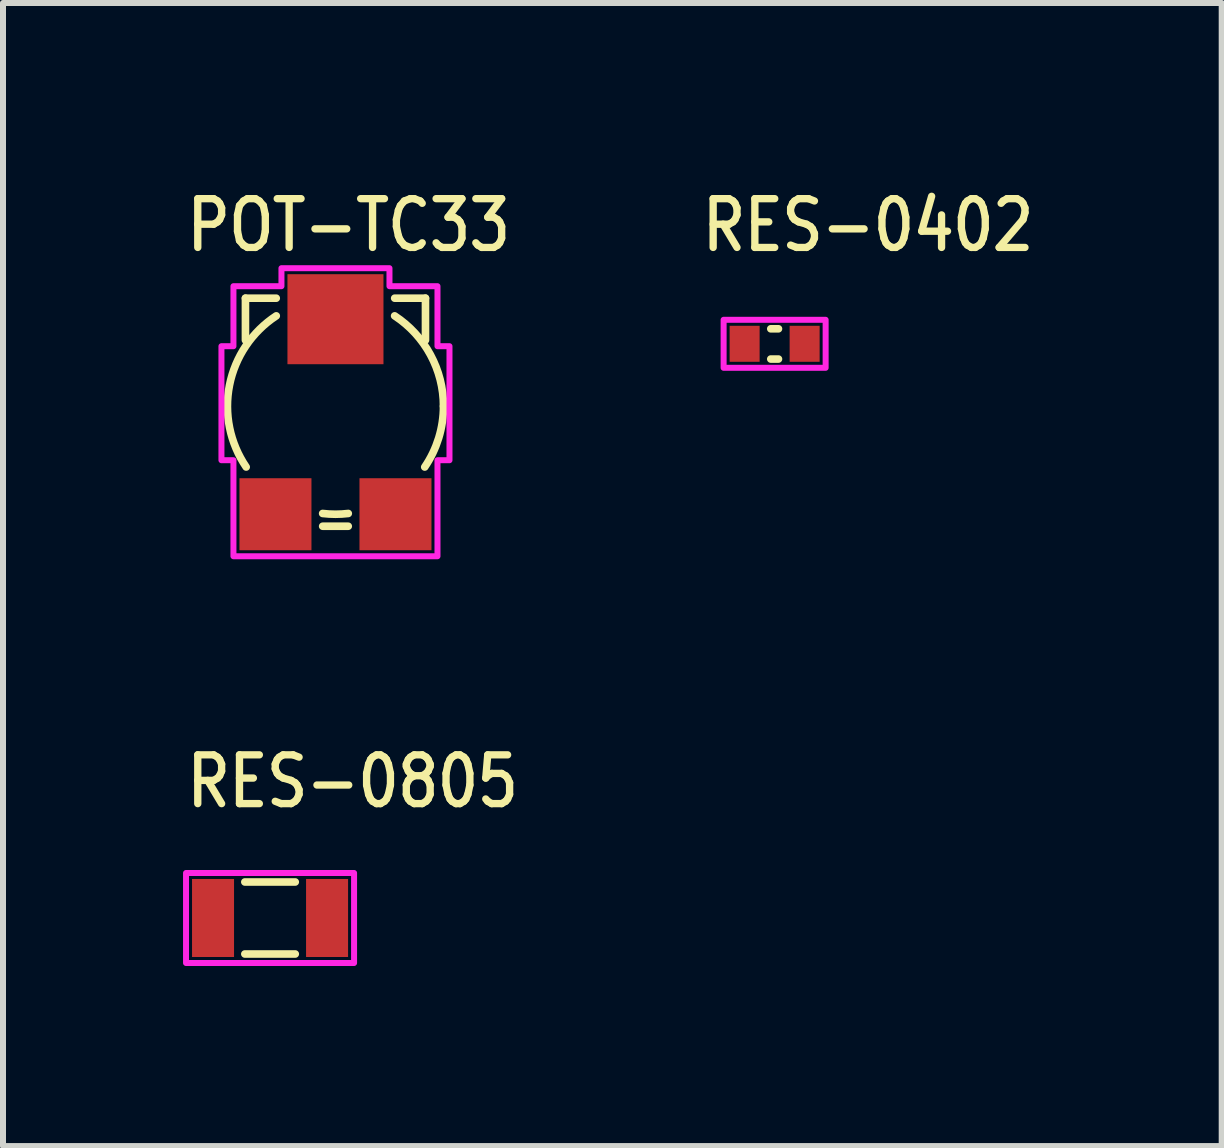
<source format=kicad_pcb>
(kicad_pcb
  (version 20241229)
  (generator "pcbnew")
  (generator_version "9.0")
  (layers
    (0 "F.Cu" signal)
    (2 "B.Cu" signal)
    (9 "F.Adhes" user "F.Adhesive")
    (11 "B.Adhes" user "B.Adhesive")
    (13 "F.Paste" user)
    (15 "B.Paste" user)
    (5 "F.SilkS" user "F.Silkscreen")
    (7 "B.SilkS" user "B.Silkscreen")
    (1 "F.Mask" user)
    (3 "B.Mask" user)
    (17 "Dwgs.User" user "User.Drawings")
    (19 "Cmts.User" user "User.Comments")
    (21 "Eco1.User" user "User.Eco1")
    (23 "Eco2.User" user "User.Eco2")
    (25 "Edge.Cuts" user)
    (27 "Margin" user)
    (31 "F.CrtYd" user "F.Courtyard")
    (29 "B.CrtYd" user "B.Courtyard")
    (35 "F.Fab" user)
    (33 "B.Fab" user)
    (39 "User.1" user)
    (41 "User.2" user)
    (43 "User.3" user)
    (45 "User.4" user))
  (footprint "POT-TC33"
    (layer "F.Cu")
    (at 2.54 3.719)
    (property "Reference" "POT-TC33" (at -2.54 -2.54 0) (unlocked yes) (layer "F.SilkS") (effects (font (size 0.813 0.695) (thickness 0.122)) (justify left bottom)))
    (fp_line (start -1.5 -1.8) (end -0.987 -1.8) (stroke (width 0.127) (type solid)) (layer "F.SilkS"))
    (fp_line (start -1.5 -1.1) (end -1.5 -1.8) (stroke (width 0.127) (type solid)) (layer "F.SilkS"))
    (fp_line (start -0.213 2) (end 0.213 2) (stroke (width 0.127) (type solid)) (layer "F.SilkS"))
    (fp_line (start 0.987 -1.8) (end 1.5 -1.8) (stroke (width 0.127) (type solid)) (layer "F.SilkS"))
    (fp_line (start 1.5 -1.8) (end 1.5 -1.1) (stroke (width 0.127) (type solid)) (layer "F.SilkS"))
    (fp_arc (start -1.487756 1.013203) (mid -1.765381 -0.351328) (end -0.986491 -1.505603) (stroke (width 0.127) (type solid)) (layer "F.SilkS"))
    (fp_arc (start 0.213488 1.787294) (mid 0.000017 1.8) (end -0.213453 1.7873) (stroke (width 0.127) (type solid)) (layer "F.SilkS"))
    (fp_arc (start 0.986147 -1.505828) (mid 1.583519 -0.855844) (end 1.8 0) (stroke (width 0.127) (type solid)) (layer "F.SilkS"))
    (fp_arc (start 1.8 0) (mid 1.720121 0.53027) (end 1.487572 1.013475) (stroke (width 0.127) (type solid)) (layer "F.SilkS"))
    (fp_poly (pts (xy -0.9 -2.3) (xy 0.9 -2.3) (xy 0.9 -2) (xy 1.7 -2) (xy 1.7 -1) (xy 1.9 -1) (xy 1.9 0.9) (xy 1.7 0.9) (xy 1.7 2.5) (xy -1.7 2.5) (xy -1.7 0.9) (xy -1.9 0.9) (xy -1.9 -1) (xy -1.7 -1) (xy -1.7 -2) (xy -0.9 -2)) (stroke (width 0.1) (type solid)) (fill no) (layer "F.CrtYd"))
    (pad "1" smd rect (at -1 1.8) (size 1.2 1.2) (layers "F.Cu" "F.Mask" "F.Paste"))
    (pad "2" smd rect (at 0 -1.45) (size 1.6 1.5) (layers "F.Cu" "F.Mask" "F.Paste"))
    (pad "3" smd rect (at 1 1.8) (size 1.2 1.2) (layers "F.Cu" "F.Mask" "F.Paste")))
  (footprint "RES-0805"
    (layer "F.Cu")
    (at 1.45 12.247)
    (property "Reference" "RES-0805" (at -1.45 -1.8 0) (unlocked yes) (layer "F.SilkS") (effects (font (size 0.813 0.695) (thickness 0.122)) (justify left bottom)))
    (fp_line (start -0.42 -0.6) (end 0.42 -0.6) (stroke (width 0.127) (type solid)) (layer "F.SilkS"))
    (fp_line (start -0.42 0.6) (end 0.42 0.6) (stroke (width 0.127) (type solid)) (layer "F.SilkS"))
    (fp_poly (pts (xy -1.4 -0.75) (xy 1.4 -0.75) (xy 1.4 0.75) (xy -1.4 0.75)) (stroke (width 0.1) (type solid)) (fill no) (layer "F.CrtYd"))
    (pad "1" smd rect (at -0.95 0) (size 0.7 1.3) (layers "F.Cu" "F.Mask" "F.Paste"))
    (pad "2" smd rect (at 0.95 0) (size 0.7 1.3) (layers "F.Cu" "F.Mask" "F.Paste")))
  (footprint "RES-0402"
    (layer "F.Cu")
    (at 9.858 2.679)
    (property "Reference" "RES-0402" (at -1.27 -1.5 0) (unlocked yes) (layer "F.SilkS") (effects (font (size 0.813 0.695) (thickness 0.122)) (justify left bottom)))
    (fp_line (start -0.064 -0.25) (end 0.064 -0.25) (stroke (width 0.127) (type solid)) (layer "F.SilkS"))
    (fp_line (start -0.064 0.254) (end 0.064 0.254) (stroke (width 0.127) (type solid)) (layer "F.SilkS"))
    (fp_poly (pts (xy -0.85 0.4) (xy 0.85 0.4) (xy 0.85 -0.4) (xy -0.85 -0.4)) (stroke (width 0.1) (type solid)) (fill no) (layer "F.CrtYd"))
    (pad "1" smd rect (at -0.5 0) (size 0.5 0.6) (layers "F.Cu" "F.Mask" "F.Paste"))
    (pad "2" smd rect (at 0.5 0) (size 0.5 0.6) (layers "F.Cu" "F.Mask" "F.Paste")))
  (gr_rect
    (start -3 -3)
    (end 17.308 16.047)
    (stroke (width 0.1) (type default))
    (fill no)
    (layer "Edge.Cuts")))
</source>
